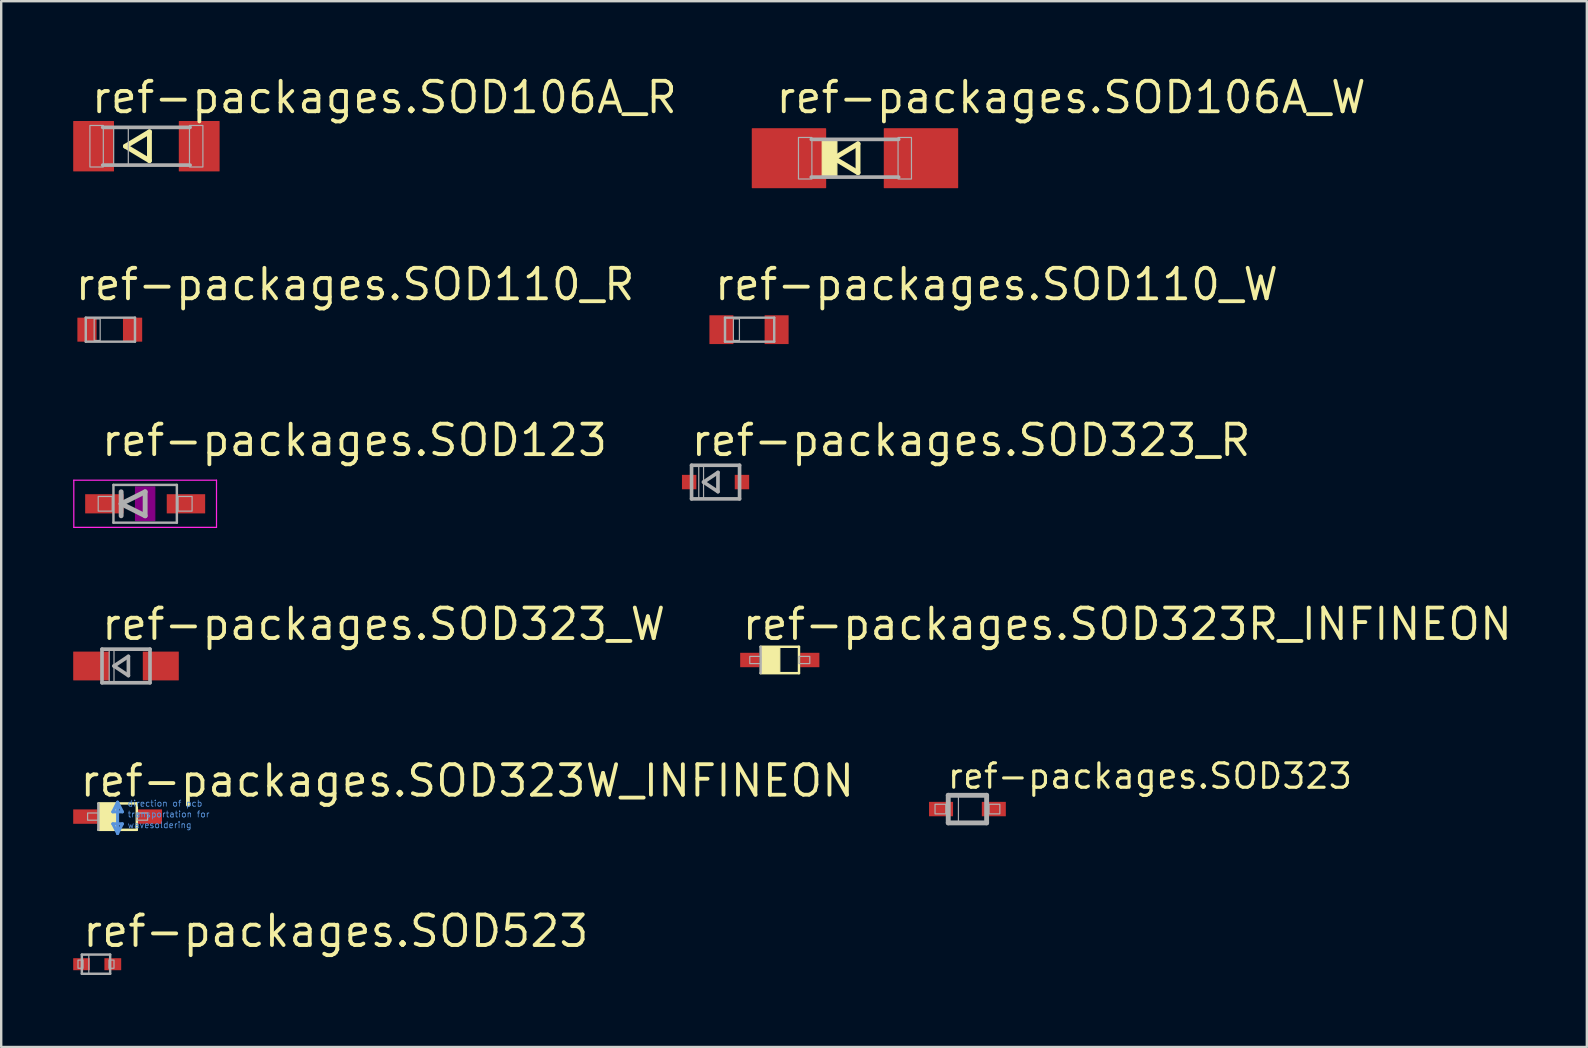
<source format=kicad_pcb>
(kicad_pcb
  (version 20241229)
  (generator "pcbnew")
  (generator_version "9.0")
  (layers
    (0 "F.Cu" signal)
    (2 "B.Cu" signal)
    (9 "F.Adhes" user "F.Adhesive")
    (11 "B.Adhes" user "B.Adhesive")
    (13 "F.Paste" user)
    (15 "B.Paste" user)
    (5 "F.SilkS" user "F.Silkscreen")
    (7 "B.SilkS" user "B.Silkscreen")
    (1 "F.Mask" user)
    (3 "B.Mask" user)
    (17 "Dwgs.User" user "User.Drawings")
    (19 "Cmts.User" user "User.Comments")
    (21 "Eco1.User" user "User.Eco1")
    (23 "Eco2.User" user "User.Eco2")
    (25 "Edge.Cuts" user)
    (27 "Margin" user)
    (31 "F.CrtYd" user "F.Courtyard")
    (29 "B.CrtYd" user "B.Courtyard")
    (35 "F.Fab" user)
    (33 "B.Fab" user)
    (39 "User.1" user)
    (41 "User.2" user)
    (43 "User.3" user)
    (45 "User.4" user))
  (footprint "ref-packages.SOD323"
    (layer "F.Cu")
    (at 37.26 30.662)
    (property "Reference" "ref-packages.SOD323" (at -0.9 -0.78 0) (layer "F.SilkS") (effects (font (size 1.016 1.016) (thickness 0.13)) (justify left bottom)))
    (attr smd)
    (fp_line (start -0.8 -0.575) (end 0.8 -0.575) (stroke (width 0.203) (type default)) (layer "F.Fab"))
    (fp_line (start -0.8 0.575) (end -0.8 -0.575) (stroke (width 0.203) (type default)) (layer "F.Fab"))
    (fp_line (start 0.8 -0.575) (end 0.8 0.575) (stroke (width 0.203) (type default)) (layer "F.Fab"))
    (fp_line (start 0.8 0.575) (end -0.8 0.575) (stroke (width 0.203) (type default)) (layer "F.Fab"))
    (fp_rect (start -1.35 0.2) (end -0.9 -0.2) (stroke (width 0.05) (type default)) (fill no) (layer "F.Fab"))
    (fp_rect (start -0.75 0.575) (end -0.375 -0.575) (stroke (width 0.05) (type default)) (fill no) (layer "F.Fab"))
    (fp_rect (start 0.9 0.2) (end 1.35 -0.2) (stroke (width 0.05) (type default)) (fill no) (layer "F.Fab"))
    (pad "1" smd roundrect (at -1.1 0) (size 1 0.6) (layers "F.Cu" "F.Mask" "F.Paste") (roundrect_rratio 0.01))
    (pad "2" smd roundrect (at 1.1 0) (size 1 0.6) (layers "F.Cu" "F.Mask" "F.Paste") (roundrect_rratio 0.01)))
  (footprint "ref-packages.SOD106A_R"
    (layer "F.Cu")
    (at 3.05 3.043)
    (property "Reference" "ref-packages.SOD106A_R" (at -2.374 -1.293 0) (layer "F.SilkS") (effects (font (size 1.27 1.27) (thickness 0.16)) (justify left bottom)))
    (attr smd)
    (fp_line (start -0.873 0) (end 0.127 0.6) (stroke (width 0.203) (type default)) (layer "F.SilkS"))
    (fp_line (start 0.127 -0.6) (end -0.873 0) (stroke (width 0.203) (type default)) (layer "F.SilkS"))
    (fp_line (start 0.127 0.6) (end 0.127 -0.6) (stroke (width 0.203) (type default)) (layer "F.SilkS"))
    (fp_line (start 1.821 -0.787) (end -1.821 -0.787) (stroke (width 0.152) (type default)) (layer "F.Fab"))
    (fp_line (start 1.821 0.787) (end -1.821 0.787) (stroke (width 0.152) (type default)) (layer "F.Fab"))
    (fp_rect (start -2.354 0.864) (end -1.795 -0.864) (stroke (width 0.05) (type default)) (fill no) (layer "F.Fab"))
    (fp_rect (start -1.364 0.787) (end -0.754 -0.787) (stroke (width 0.05) (type default)) (fill no) (layer "F.Fab"))
    (fp_rect (start 1.795 0.864) (end 2.354 -0.864) (stroke (width 0.05) (type default)) (fill no) (layer "F.Fab"))
    (pad "A" smd roundrect (at 2.2 0) (size 1.7 2.1) (layers "F.Cu" "F.Mask" "F.Paste") (roundrect_rratio 0.01))
    (pad "C" smd roundrect (at -2.2 0) (size 1.7 2.1) (layers "F.Cu" "F.Mask" "F.Paste") (roundrect_rratio 0.01)))
  (footprint "ref-packages.SOD110_R"
    (layer "F.Cu")
    (at 1.524 10.686)
    (property "Reference" "ref-packages.SOD110_R" (at -1.524 -1.143 0) (layer "F.SilkS") (effects (font (size 1.27 1.27) (thickness 0.16)) (justify left bottom)))
    (attr smd)
    (fp_line (start -1 -0.5) (end 1.05 -0.5) (stroke (width 0.102) (type default)) (layer "F.Fab"))
    (fp_line (start -1 0.5) (end -1 -0.5) (stroke (width 0.102) (type default)) (layer "F.Fab"))
    (fp_line (start 1.05 -0.5) (end 1.05 0.5) (stroke (width 0.102) (type default)) (layer "F.Fab"))
    (fp_line (start 1.05 0.5) (end -1 0.5) (stroke (width 0.102) (type default)) (layer "F.Fab"))
    (fp_rect (start -0.65 0.45) (end -0.4 -0.45) (stroke (width 0.05) (type default)) (fill no) (layer "F.Fab"))
    (pad "A" smd roundrect (at 0.95 0) (size 0.8 1) (layers "F.Cu" "F.Mask" "F.Paste") (roundrect_rratio 0.01))
    (pad "C" smd roundrect (at -0.95 0) (size 0.8 1) (layers "F.Cu" "F.Mask" "F.Paste") (roundrect_rratio 0.01)))
  (footprint "ref-packages.SOD523"
    (layer "F.Cu")
    (at 0.95 37.124)
    (property "Reference" "ref-packages.SOD523" (at -0.635 -0.635 0) (layer "F.SilkS") (effects (font (size 1.27 1.27) (thickness 0.16)) (justify left bottom)))
    (attr smd)
    (fp_line (start -0.59 -0.4) (end 0.59 -0.4) (stroke (width 0.102) (type default)) (layer "F.Fab"))
    (fp_line (start -0.59 0.4) (end -0.59 -0.4) (stroke (width 0.102) (type default)) (layer "F.Fab"))
    (fp_line (start 0.59 -0.4) (end 0.59 0.4) (stroke (width 0.102) (type default)) (layer "F.Fab"))
    (fp_line (start 0.59 0.4) (end -0.59 0.4) (stroke (width 0.102) (type default)) (layer "F.Fab"))
    (fp_rect (start -0.75 0.17) (end -0.54 -0.17) (stroke (width 0.05) (type default)) (fill no) (layer "F.Fab"))
    (fp_rect (start -0.59 0.4) (end -0.3 -0.4) (stroke (width 0.05) (type default)) (fill no) (layer "F.Fab"))
    (fp_rect (start 0.54 0.17) (end 0.75 -0.17) (stroke (width 0.05) (type default)) (fill no) (layer "F.Fab"))
    (pad "A" smd roundrect (at 0.7 0) (size 0.7 0.5) (layers "F.Cu" "F.Mask" "F.Paste") (roundrect_rratio 0.01))
    (pad "C" smd roundrect (at -0.6 0) (size 0.7 0.5) (layers "F.Cu" "F.Mask" "F.Paste") (roundrect_rratio 0.01)))
  (footprint "ref-packages.SOD106A_W"
    (layer "F.Cu")
    (at 32.574 3.543)
    (property "Reference" "ref-packages.SOD106A_W" (at -3.374 -1.793 0) (layer "F.SilkS") (effects (font (size 1.27 1.27) (thickness 0.16)) (justify left bottom)))
    (attr smd)
    (fp_line (start -0.873 0) (end 0.127 0.6) (stroke (width 0.203) (type default)) (layer "F.SilkS"))
    (fp_line (start 0.127 -0.6) (end -0.873 0) (stroke (width 0.203) (type default)) (layer "F.SilkS"))
    (fp_line (start 0.127 0.6) (end 0.127 -0.6) (stroke (width 0.203) (type default)) (layer "F.SilkS"))
    (fp_rect (start -1.364 0.787) (end -0.754 -0.787) (stroke (width 0.05) (type default)) (fill yes) (layer "F.SilkS"))
    (fp_line (start 1.821 -0.787) (end -1.821 -0.787) (stroke (width 0.152) (type default)) (layer "F.Fab"))
    (fp_line (start 1.821 0.787) (end -1.821 0.787) (stroke (width 0.152) (type default)) (layer "F.Fab"))
    (fp_rect (start -2.354 0.864) (end -1.795 -0.864) (stroke (width 0.05) (type default)) (fill no) (layer "F.Fab"))
    (fp_rect (start 1.795 0.864) (end 2.354 -0.864) (stroke (width 0.05) (type default)) (fill no) (layer "F.Fab"))
    (pad "A" smd roundrect (at 2.75 0) (size 3.1 2.5) (layers "F.Cu" "F.Mask" "F.Paste") (roundrect_rratio 0.01))
    (pad "C" smd roundrect (at -2.75 0) (size 3.1 2.5) (layers "F.Cu" "F.Mask" "F.Paste") (roundrect_rratio 0.01)))
  (footprint "ref-packages.SOD323W_INFINEON"
    (layer "F.Cu")
    (at 1.85 30.976)
    (property "Reference" "ref-packages.SOD323W_INFINEON" (at -1.65 -0.75 0) (layer "F.SilkS") (effects (font (size 1.27 1.27) (thickness 0.16)) (justify left bottom)))
    (attr smd)
    (fp_line (start -0.8 -0.55) (end 0.8 -0.55) (stroke (width 0.102) (type default)) (layer "F.SilkS"))
    (fp_line (start 0.8 -0.55) (end 0.8 0.55) (stroke (width 0.102) (type default)) (layer "F.SilkS"))
    (fp_line (start 0.8 0.55) (end -0.8 0.55) (stroke (width 0.102) (type default)) (layer "F.SilkS"))
    (fp_rect (start -0.8 0.55) (end 0 -0.55) (stroke (width 0.05) (type default)) (fill yes) (layer "F.SilkS"))
    (fp_line (start -0.2 -0.2) (end 0.2 -0.2) (stroke (width 0.127) (type default)) (layer "Cmts.User"))
    (fp_line (start -0.2 0.3) (end 0 0.7) (stroke (width 0.127) (type default)) (layer "Cmts.User"))
    (fp_line (start 0 -0.6) (end -0.2 -0.2) (stroke (width 0.127) (type default)) (layer "Cmts.User"))
    (fp_line (start 0 0.7) (end 0 -0.6) (stroke (width 0.127) (type default)) (layer "Cmts.User"))
    (fp_line (start 0 0.7) (end 0.2 0.3) (stroke (width 0.127) (type default)) (layer "Cmts.User"))
    (fp_line (start 0.2 -0.2) (end 0 -0.6) (stroke (width 0.127) (type default)) (layer "Cmts.User"))
    (fp_line (start 0.2 0.3) (end -0.2 0.3) (stroke (width 0.127) (type default)) (layer "Cmts.User"))
    (fp_line (start -0.8 0.55) (end -0.8 -0.55) (stroke (width 0.102) (type default)) (layer "F.Fab"))
    (fp_rect (start -1.25 0.15) (end -0.8 -0.15) (stroke (width 0.05) (type default)) (fill no) (layer "F.Fab"))
    (fp_rect (start 0.8 0.15) (end 1.25 -0.15) (stroke (width 0.05) (type default)) (fill no) (layer "F.Fab"))
    (fp_text user "wavesoldering" (at 0.4 0.5 0) (layer "Cmts.User") (effects (font (size 0.254 0.254) (thickness 0.03)) (justify left bottom)))
    (fp_text user "transportation for" (at 0.4 0.05 0) (layer "Cmts.User") (effects (font (size 0.254 0.254) (thickness 0.03)) (justify left bottom)))
    (fp_text user "direction of pcb" (at 0.4 -0.4 0) (layer "Cmts.User") (effects (font (size 0.254 0.254) (thickness 0.03)) (justify left bottom)))
    (pad "A" smd roundrect (at 1.35 0) (size 1 0.6) (layers "F.Cu" "F.Mask" "F.Paste") (roundrect_rratio 0.01))
    (pad "C" smd roundrect (at -1.35 0) (size 1 0.6) (layers "F.Cu" "F.Mask" "F.Paste") (roundrect_rratio 0.01)))
  (footprint "ref-packages.SOD323_W"
    (layer "F.Cu")
    (at 2.2 24.699)
    (property "Reference" "ref-packages.SOD323_W" (at -1.1 -1 0) (layer "F.SilkS") (effects (font (size 1.27 1.27) (thickness 0.16)) (justify left bottom)))
    (attr smd)
    (fp_line (start -1 -0.7) (end 1 -0.7) (stroke (width 0.152) (type default)) (layer "F.Fab"))
    (fp_line (start -1 0.7) (end -1 -0.7) (stroke (width 0.152) (type default)) (layer "F.Fab"))
    (fp_line (start -0.5 0) (end 0.1 -0.4) (stroke (width 0.152) (type default)) (layer "F.Fab"))
    (fp_line (start 0.1 -0.4) (end 0.1 0.4) (stroke (width 0.152) (type default)) (layer "F.Fab"))
    (fp_line (start 0.1 0.4) (end -0.5 0) (stroke (width 0.152) (type default)) (layer "F.Fab"))
    (fp_line (start 1 -0.7) (end 1 0.7) (stroke (width 0.152) (type default)) (layer "F.Fab"))
    (fp_line (start 1 0.7) (end -1 0.7) (stroke (width 0.152) (type default)) (layer "F.Fab"))
    (fp_rect (start -0.7 0.7) (end -0.5 -0.7) (stroke (width 0.05) (type default)) (fill no) (layer "F.Fab"))
    (pad "A" smd roundrect (at 1.45 0) (size 1.5 1.2) (layers "F.Cu" "F.Mask" "F.Paste") (roundrect_rratio 0.01))
    (pad "C" smd roundrect (at -1.45 0) (size 1.5 1.2) (layers "F.Cu" "F.Mask" "F.Paste") (roundrect_rratio 0.01)))
  (footprint "ref-packages.SOD110_W"
    (layer "F.Cu")
    (at 28.159 10.686)
    (property "Reference" "ref-packages.SOD110_W" (at -1.524 -1.143 0) (layer "F.SilkS") (effects (font (size 1.27 1.27) (thickness 0.16)) (justify left bottom)))
    (attr smd)
    (fp_line (start -1 -0.5) (end 1.05 -0.5) (stroke (width 0.102) (type default)) (layer "F.Fab"))
    (fp_line (start -1 0.5) (end -1 -0.5) (stroke (width 0.102) (type default)) (layer "F.Fab"))
    (fp_line (start 1.05 -0.5) (end 1.05 0.5) (stroke (width 0.102) (type default)) (layer "F.Fab"))
    (fp_line (start 1.05 0.5) (end -1 0.5) (stroke (width 0.102) (type default)) (layer "F.Fab"))
    (fp_rect (start -0.65 0.45) (end -0.4 -0.45) (stroke (width 0.05) (type default)) (fill no) (layer "F.Fab"))
    (pad "A" smd roundrect (at 1.15 0) (size 1 1.2) (layers "F.Cu" "F.Mask" "F.Paste") (roundrect_rratio 0.01))
    (pad "C" smd roundrect (at -1.15 0) (size 1 1.2) (layers "F.Cu" "F.Mask" "F.Paste") (roundrect_rratio 0.01)))
  (footprint "ref-packages.SOD323_R"
    (layer "F.Cu")
    (at 26.765 17.036)
    (property "Reference" "ref-packages.SOD323_R" (at -1.1 -1 0) (layer "F.SilkS") (effects (font (size 1.27 1.27) (thickness 0.16)) (justify left bottom)))
    (attr smd)
    (fp_line (start -1 -0.7) (end 1 -0.7) (stroke (width 0.152) (type default)) (layer "F.Fab"))
    (fp_line (start -1 0.7) (end -1 -0.7) (stroke (width 0.152) (type default)) (layer "F.Fab"))
    (fp_line (start -0.5 0) (end 0.1 -0.4) (stroke (width 0.152) (type default)) (layer "F.Fab"))
    (fp_line (start 0.1 -0.4) (end 0.1 0.4) (stroke (width 0.152) (type default)) (layer "F.Fab"))
    (fp_line (start 0.1 0.4) (end -0.5 0) (stroke (width 0.152) (type default)) (layer "F.Fab"))
    (fp_line (start 1 -0.7) (end 1 0.7) (stroke (width 0.152) (type default)) (layer "F.Fab"))
    (fp_line (start 1 0.7) (end -1 0.7) (stroke (width 0.152) (type default)) (layer "F.Fab"))
    (fp_rect (start -0.7 0.7) (end -0.5 -0.7) (stroke (width 0.05) (type default)) (fill no) (layer "F.Fab"))
    (pad "A" smd roundrect (at 1.1 0) (size 0.6 0.6) (layers "F.Cu" "F.Mask" "F.Paste") (roundrect_rratio 0.01))
    (pad "C" smd roundrect (at -1.1 0) (size 0.6 0.6) (layers "F.Cu" "F.Mask" "F.Paste") (roundrect_rratio 0.01)))
  (footprint "ref-packages.SOD323R_INFINEON"
    (layer "F.Cu")
    (at 29.441 24.449)
    (property "Reference" "ref-packages.SOD323R_INFINEON" (at -1.65 -0.75 0) (layer "F.SilkS") (effects (font (size 1.27 1.27) (thickness 0.16)) (justify left bottom)))
    (attr smd)
    (fp_line (start -0.8 -0.55) (end 0.8 -0.55) (stroke (width 0.102) (type default)) (layer "F.SilkS"))
    (fp_line (start 0.8 -0.55) (end 0.8 0.55) (stroke (width 0.102) (type default)) (layer "F.SilkS"))
    (fp_line (start 0.8 0.55) (end -0.8 0.55) (stroke (width 0.102) (type default)) (layer "F.SilkS"))
    (fp_rect (start -0.8 0.55) (end 0 -0.55) (stroke (width 0.05) (type default)) (fill yes) (layer "F.SilkS"))
    (fp_line (start -0.8 0.55) (end -0.8 -0.55) (stroke (width 0.102) (type default)) (layer "F.Fab"))
    (fp_rect (start -1.25 0.15) (end -0.8 -0.15) (stroke (width 0.05) (type default)) (fill no) (layer "F.Fab"))
    (fp_rect (start 0.8 0.15) (end 1.25 -0.15) (stroke (width 0.05) (type default)) (fill no) (layer "F.Fab"))
    (pad "A" smd roundrect (at 1.25 0) (size 0.8 0.6) (layers "F.Cu" "F.Mask" "F.Paste") (roundrect_rratio 0.01))
    (pad "C" smd roundrect (at -1.25 0) (size 0.8 0.6) (layers "F.Cu" "F.Mask" "F.Paste") (roundrect_rratio 0.01)))
  (footprint "ref-packages.SOD123"
    (layer "F.Cu")
    (at 2.998 17.941)
    (property "Reference" "ref-packages.SOD123" (at -1.905 -1.905 0) (layer "F.SilkS") (effects (font (size 1.27 1.27) (thickness 0.16)) (justify left bottom)))
    (attr smd)
    (fp_rect (start -0.4 0.7) (end 0.4 -0.7) (stroke (width 0.05) (type default)) (fill yes) (layer "F.Adhes"))
    (fp_line (start -2.973 -0.983) (end 2.973 -0.983) (stroke (width 0.051) (type default)) (layer "F.CrtYd"))
    (fp_line (start -2.973 0.983) (end -2.973 -0.983) (stroke (width 0.051) (type default)) (layer "F.CrtYd"))
    (fp_line (start 2.973 -0.983) (end 2.973 0.983) (stroke (width 0.051) (type default)) (layer "F.CrtYd"))
    (fp_line (start 2.973 0.983) (end -2.973 0.983) (stroke (width 0.051) (type default)) (layer "F.CrtYd"))
    (fp_line (start -1.321 -0.787) (end 1.321 -0.787) (stroke (width 0.102) (type default)) (layer "F.Fab"))
    (fp_line (start -1.321 0.787) (end -1.321 -0.787) (stroke (width 0.102) (type default)) (layer "F.Fab"))
    (fp_line (start -1.321 0.787) (end 1.321 0.787) (stroke (width 0.102) (type default)) (layer "F.Fab"))
    (fp_line (start -1 -0.5) (end -1 0) (stroke (width 0.203) (type default)) (layer "F.Fab"))
    (fp_line (start -1 0) (end -1 0.5) (stroke (width 0.203) (type default)) (layer "F.Fab"))
    (fp_line (start -1 0) (end 0 -0.5) (stroke (width 0.203) (type default)) (layer "F.Fab"))
    (fp_line (start 0 -0.5) (end 0 0.5) (stroke (width 0.203) (type default)) (layer "F.Fab"))
    (fp_line (start 0 0.5) (end -1 0) (stroke (width 0.203) (type default)) (layer "F.Fab"))
    (fp_line (start 1.321 0.787) (end 1.321 -0.787) (stroke (width 0.102) (type default)) (layer "F.Fab"))
    (fp_rect (start -1.956 0.305) (end -1.372 -0.305) (stroke (width 0.05) (type default)) (fill no) (layer "F.Fab"))
    (fp_rect (start 1.372 0.305) (end 1.956 -0.305) (stroke (width 0.05) (type default)) (fill no) (layer "F.Fab"))
    (pad "1" smd roundrect (at -1.7 0) (size 1.6 0.8) (layers "F.Cu" "F.Mask" "F.Paste") (roundrect_rratio 0.01))
    (pad "2" smd roundrect (at 1.7 0) (size 1.6 0.8) (layers "F.Cu" "F.Mask" "F.Paste") (roundrect_rratio 0.01)))
  (gr_rect
    (start -3 -3)
    (end 63.069 40.575)
    (stroke (width 0.1) (type default))
    (fill no)
    (layer "Edge.Cuts")))
</source>
